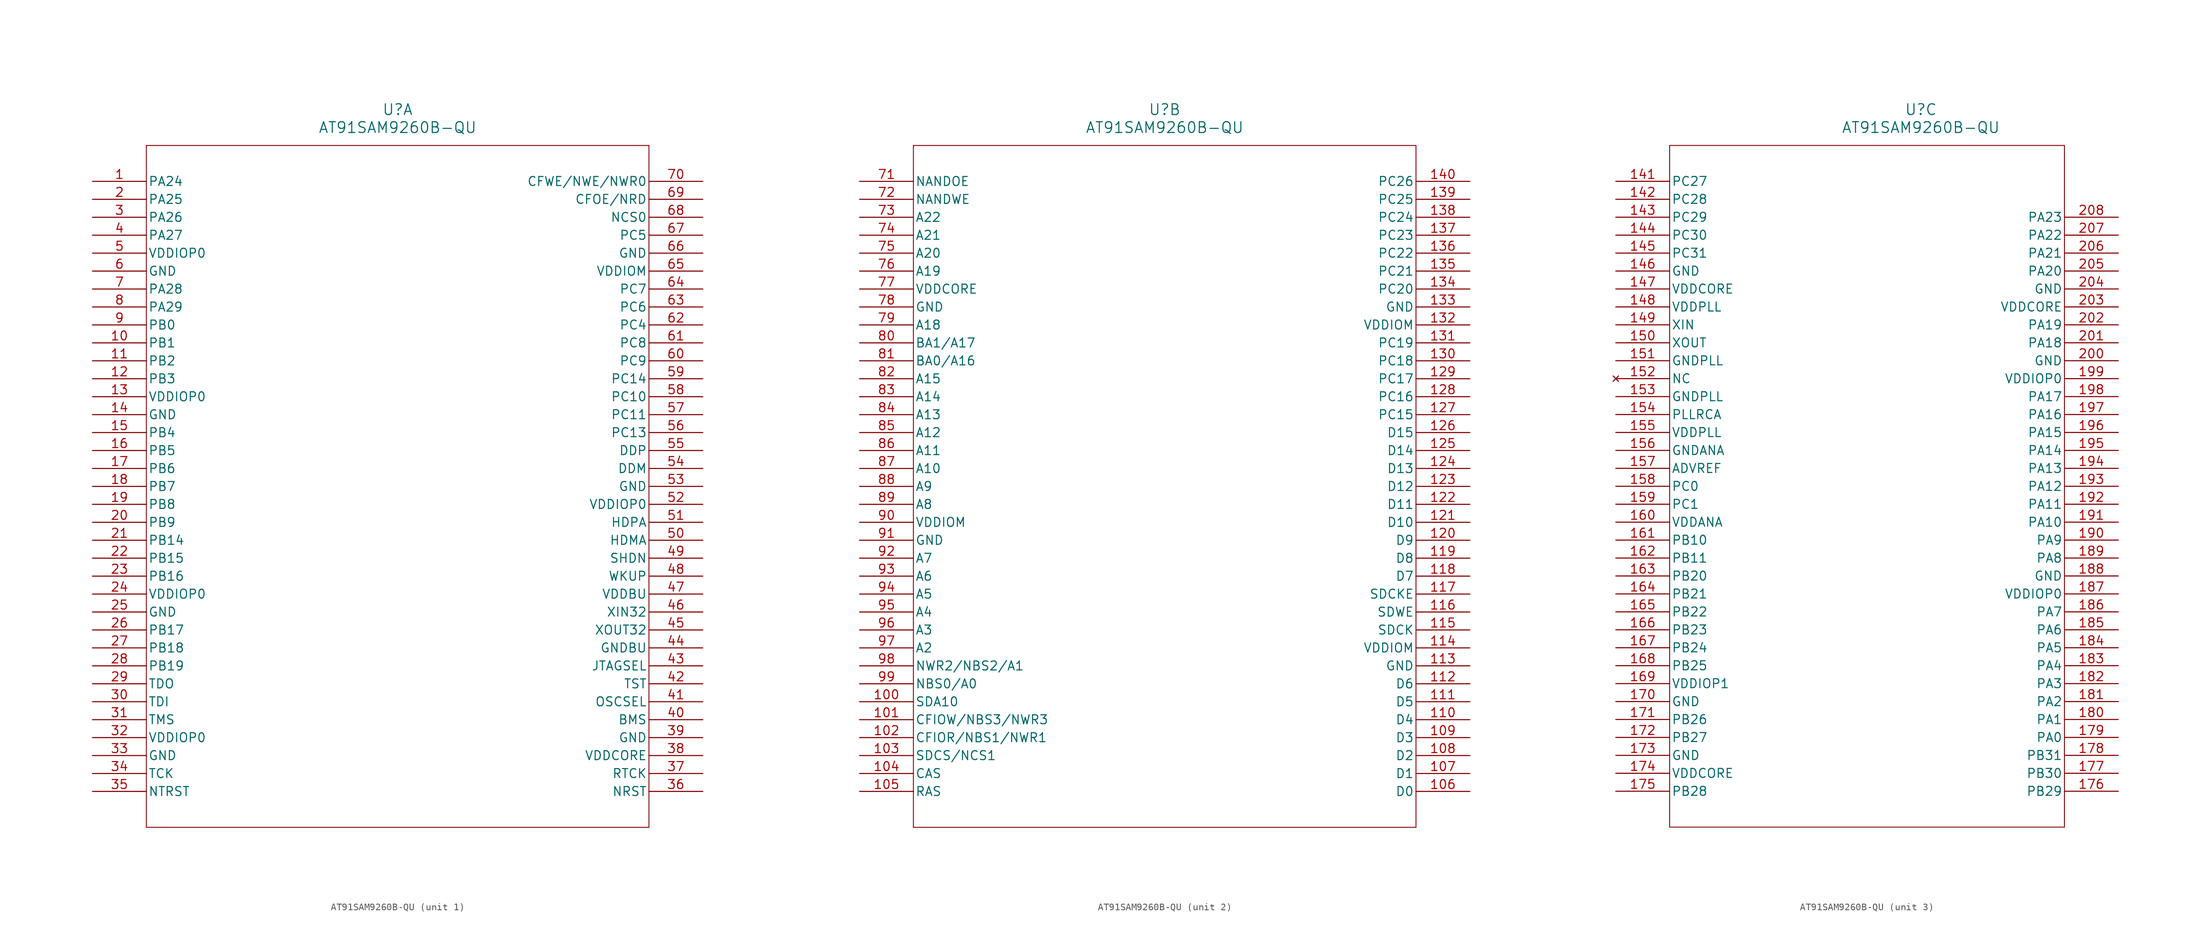
<source format=kicad_sym>
(kicad_symbol_lib
  (version 20211014)
  (generator kicad_symbol_editor)
  (symbol "AT91SAM9260B-QU"
    (pin_names
      (offset 0.254))
    (property "Reference" "U"
      (at 43.18 10.16 0)
      (effects (font (size 1.524 1.524))))
    (property "Value" "AT91SAM9260B-QU"
      (at 43.18 7.62 0)
      (effects (font (size 1.524 1.524))))
    (symbol "AT91SAM9260B-QU_1_1"
      (polyline (pts (xy 7.62 5.08) (xy 7.62 -91.44)) (stroke (width 0.127) (type default) (color 0 0 0 0)) (fill (type none)))
      (polyline (pts (xy 7.62 -91.44) (xy 78.74 -91.44)) (stroke (width 0.127) (type default) (color 0 0 0 0)) (fill (type none)))
      (polyline (pts (xy 78.74 -91.44) (xy 78.74 5.08)) (stroke (width 0.127) (type default) (color 0 0 0 0)) (fill (type none)))
      (polyline (pts (xy 78.74 5.08) (xy 7.62 5.08)) (stroke (width 0.127) (type default) (color 0 0 0 0)) (fill (type none)))
      (pin bidirectional line (at 0 0 0) (length 7.62) (name "PA24" (effects (font (size 1.27 1.27)))) (number "1" (effects (font (size 1.27 1.27)))))
      (pin bidirectional line (at 0 -2.54 0) (length 7.62) (name "PA25" (effects (font (size 1.27 1.27)))) (number "2" (effects (font (size 1.27 1.27)))))
      (pin bidirectional line (at 0 -5.08 0) (length 7.62) (name "PA26" (effects (font (size 1.27 1.27)))) (number "3" (effects (font (size 1.27 1.27)))))
      (pin bidirectional line (at 0 -7.62 0) (length 7.62) (name "PA27" (effects (font (size 1.27 1.27)))) (number "4" (effects (font (size 1.27 1.27)))))
      (pin power_in line (at 0 -10.16 0) (length 7.62) (name "VDDIOP0" (effects (font (size 1.27 1.27)))) (number "5" (effects (font (size 1.27 1.27)))))
      (pin power_in line (at 0 -12.7 0) (length 7.62) (name "GND" (effects (font (size 1.27 1.27)))) (number "6" (effects (font (size 1.27 1.27)))))
      (pin bidirectional line (at 0 -15.24 0) (length 7.62) (name "PA28" (effects (font (size 1.27 1.27)))) (number "7" (effects (font (size 1.27 1.27)))))
      (pin bidirectional line (at 0 -17.78 0) (length 7.62) (name "PA29" (effects (font (size 1.27 1.27)))) (number "8" (effects (font (size 1.27 1.27)))))
      (pin bidirectional line (at 0 -20.32 0) (length 7.62) (name "PB0" (effects (font (size 1.27 1.27)))) (number "9" (effects (font (size 1.27 1.27)))))
      (pin bidirectional line (at 0 -22.86 0) (length 7.62) (name "PB1" (effects (font (size 1.27 1.27)))) (number "10" (effects (font (size 1.27 1.27)))))
      (pin bidirectional line (at 0 -25.4 0) (length 7.62) (name "PB2" (effects (font (size 1.27 1.27)))) (number "11" (effects (font (size 1.27 1.27)))))
      (pin bidirectional line (at 0 -27.94 0) (length 7.62) (name "PB3" (effects (font (size 1.27 1.27)))) (number "12" (effects (font (size 1.27 1.27)))))
      (pin power_in line (at 0 -30.48 0) (length 7.62) (name "VDDIOP0" (effects (font (size 1.27 1.27)))) (number "13" (effects (font (size 1.27 1.27)))))
      (pin power_in line (at 0 -33.02 0) (length 7.62) (name "GND" (effects (font (size 1.27 1.27)))) (number "14" (effects (font (size 1.27 1.27)))))
      (pin bidirectional line (at 0 -35.56 0) (length 7.62) (name "PB4" (effects (font (size 1.27 1.27)))) (number "15" (effects (font (size 1.27 1.27)))))
      (pin bidirectional line (at 0 -38.1 0) (length 7.62) (name "PB5" (effects (font (size 1.27 1.27)))) (number "16" (effects (font (size 1.27 1.27)))))
      (pin bidirectional line (at 0 -40.64 0) (length 7.62) (name "PB6" (effects (font (size 1.27 1.27)))) (number "17" (effects (font (size 1.27 1.27)))))
      (pin bidirectional line (at 0 -43.18 0) (length 7.62) (name "PB7" (effects (font (size 1.27 1.27)))) (number "18" (effects (font (size 1.27 1.27)))))
      (pin bidirectional line (at 0 -45.72 0) (length 7.62) (name "PB8" (effects (font (size 1.27 1.27)))) (number "19" (effects (font (size 1.27 1.27)))))
      (pin bidirectional line (at 0 -48.26 0) (length 7.62) (name "PB9" (effects (font (size 1.27 1.27)))) (number "20" (effects (font (size 1.27 1.27)))))
      (pin bidirectional line (at 0 -50.8 0) (length 7.62) (name "PB14" (effects (font (size 1.27 1.27)))) (number "21" (effects (font (size 1.27 1.27)))))
      (pin bidirectional line (at 0 -53.34 0) (length 7.62) (name "PB15" (effects (font (size 1.27 1.27)))) (number "22" (effects (font (size 1.27 1.27)))))
      (pin bidirectional line (at 0 -55.88 0) (length 7.62) (name "PB16" (effects (font (size 1.27 1.27)))) (number "23" (effects (font (size 1.27 1.27)))))
      (pin power_in line (at 0 -58.42 0) (length 7.62) (name "VDDIOP0" (effects (font (size 1.27 1.27)))) (number "24" (effects (font (size 1.27 1.27)))))
      (pin power_in line (at 0 -60.96 0) (length 7.62) (name "GND" (effects (font (size 1.27 1.27)))) (number "25" (effects (font (size 1.27 1.27)))))
      (pin bidirectional line (at 0 -63.5 0) (length 7.62) (name "PB17" (effects (font (size 1.27 1.27)))) (number "26" (effects (font (size 1.27 1.27)))))
      (pin bidirectional line (at 0 -66.04 0) (length 7.62) (name "PB18" (effects (font (size 1.27 1.27)))) (number "27" (effects (font (size 1.27 1.27)))))
      (pin bidirectional line (at 0 -68.58 0) (length 7.62) (name "PB19" (effects (font (size 1.27 1.27)))) (number "28" (effects (font (size 1.27 1.27)))))
      (pin output line (at 0 -71.12 0) (length 7.62) (name "TDO" (effects (font (size 1.27 1.27)))) (number "29" (effects (font (size 1.27 1.27)))))
      (pin input line (at 0 -73.66 0) (length 7.62) (name "TDI" (effects (font (size 1.27 1.27)))) (number "30" (effects (font (size 1.27 1.27)))))
      (pin input line (at 0 -76.2 0) (length 7.62) (name "TMS" (effects (font (size 1.27 1.27)))) (number "31" (effects (font (size 1.27 1.27)))))
      (pin power_in line (at 0 -78.74 0) (length 7.62) (name "VDDIOP0" (effects (font (size 1.27 1.27)))) (number "32" (effects (font (size 1.27 1.27)))))
      (pin power_in line (at 0 -81.28 0) (length 7.62) (name "GND" (effects (font (size 1.27 1.27)))) (number "33" (effects (font (size 1.27 1.27)))))
      (pin input line (at 0 -83.82 0) (length 7.62) (name "TCK" (effects (font (size 1.27 1.27)))) (number "34" (effects (font (size 1.27 1.27)))))
      (pin input line (at 0 -86.36 0) (length 7.62) (name "NTRST" (effects (font (size 1.27 1.27)))) (number "35" (effects (font (size 1.27 1.27)))))
      (pin bidirectional line (at 86.36 -86.36 180) (length 7.62) (name "NRST" (effects (font (size 1.27 1.27)))) (number "36" (effects (font (size 1.27 1.27)))))
      (pin output line (at 86.36 -83.82 180) (length 7.62) (name "RTCK" (effects (font (size 1.27 1.27)))) (number "37" (effects (font (size 1.27 1.27)))))
      (pin power_in line (at 86.36 -81.28 180) (length 7.62) (name "VDDCORE" (effects (font (size 1.27 1.27)))) (number "38" (effects (font (size 1.27 1.27)))))
      (pin power_in line (at 86.36 -78.74 180) (length 7.62) (name "GND" (effects (font (size 1.27 1.27)))) (number "39" (effects (font (size 1.27 1.27)))))
      (pin input line (at 86.36 -76.2 180) (length 7.62) (name "BMS" (effects (font (size 1.27 1.27)))) (number "40" (effects (font (size 1.27 1.27)))))
      (pin input line (at 86.36 -73.66 180) (length 7.62) (name "OSCSEL" (effects (font (size 1.27 1.27)))) (number "41" (effects (font (size 1.27 1.27)))))
      (pin input line (at 86.36 -71.12 180) (length 7.62) (name "TST" (effects (font (size 1.27 1.27)))) (number "42" (effects (font (size 1.27 1.27)))))
      (pin input line (at 86.36 -68.58 180) (length 7.62) (name "JTAGSEL" (effects (font (size 1.27 1.27)))) (number "43" (effects (font (size 1.27 1.27)))))
      (pin power_in line (at 86.36 -66.04 180) (length 7.62) (name "GNDBU" (effects (font (size 1.27 1.27)))) (number "44" (effects (font (size 1.27 1.27)))))
      (pin output line (at 86.36 -63.5 180) (length 7.62) (name "XOUT32" (effects (font (size 1.27 1.27)))) (number "45" (effects (font (size 1.27 1.27)))))
      (pin input line (at 86.36 -60.96 180) (length 7.62) (name "XIN32" (effects (font (size 1.27 1.27)))) (number "46" (effects (font (size 1.27 1.27)))))
      (pin power_in line (at 86.36 -58.42 180) (length 7.62) (name "VDDBU" (effects (font (size 1.27 1.27)))) (number "47" (effects (font (size 1.27 1.27)))))
      (pin input line (at 86.36 -55.88 180) (length 7.62) (name "WKUP" (effects (font (size 1.27 1.27)))) (number "48" (effects (font (size 1.27 1.27)))))
      (pin output line (at 86.36 -53.34 180) (length 7.62) (name "SHDN" (effects (font (size 1.27 1.27)))) (number "49" (effects (font (size 1.27 1.27)))))
      (pin unspecified line (at 86.36 -50.8 180) (length 7.62) (name "HDMA" (effects (font (size 1.27 1.27)))) (number "50" (effects (font (size 1.27 1.27)))))
      (pin unspecified line (at 86.36 -48.26 180) (length 7.62) (name "HDPA" (effects (font (size 1.27 1.27)))) (number "51" (effects (font (size 1.27 1.27)))))
      (pin power_in line (at 86.36 -45.72 180) (length 7.62) (name "VDDIOP0" (effects (font (size 1.27 1.27)))) (number "52" (effects (font (size 1.27 1.27)))))
      (pin power_in line (at 86.36 -43.18 180) (length 7.62) (name "GND" (effects (font (size 1.27 1.27)))) (number "53" (effects (font (size 1.27 1.27)))))
      (pin unspecified line (at 86.36 -40.64 180) (length 7.62) (name "DDM" (effects (font (size 1.27 1.27)))) (number "54" (effects (font (size 1.27 1.27)))))
      (pin unspecified line (at 86.36 -38.1 180) (length 7.62) (name "DDP" (effects (font (size 1.27 1.27)))) (number "55" (effects (font (size 1.27 1.27)))))
      (pin bidirectional line (at 86.36 -35.56 180) (length 7.62) (name "PC13" (effects (font (size 1.27 1.27)))) (number "56" (effects (font (size 1.27 1.27)))))
      (pin bidirectional line (at 86.36 -33.02 180) (length 7.62) (name "PC11" (effects (font (size 1.27 1.27)))) (number "57" (effects (font (size 1.27 1.27)))))
      (pin bidirectional line (at 86.36 -30.48 180) (length 7.62) (name "PC10" (effects (font (size 1.27 1.27)))) (number "58" (effects (font (size 1.27 1.27)))))
      (pin bidirectional line (at 86.36 -27.94 180) (length 7.62) (name "PC14" (effects (font (size 1.27 1.27)))) (number "59" (effects (font (size 1.27 1.27)))))
      (pin bidirectional line (at 86.36 -25.4 180) (length 7.62) (name "PC9" (effects (font (size 1.27 1.27)))) (number "60" (effects (font (size 1.27 1.27)))))
      (pin bidirectional line (at 86.36 -22.86 180) (length 7.62) (name "PC8" (effects (font (size 1.27 1.27)))) (number "61" (effects (font (size 1.27 1.27)))))
      (pin bidirectional line (at 86.36 -20.32 180) (length 7.62) (name "PC4" (effects (font (size 1.27 1.27)))) (number "62" (effects (font (size 1.27 1.27)))))
      (pin bidirectional line (at 86.36 -17.78 180) (length 7.62) (name "PC6" (effects (font (size 1.27 1.27)))) (number "63" (effects (font (size 1.27 1.27)))))
      (pin bidirectional line (at 86.36 -15.24 180) (length 7.62) (name "PC7" (effects (font (size 1.27 1.27)))) (number "64" (effects (font (size 1.27 1.27)))))
      (pin power_in line (at 86.36 -12.7 180) (length 7.62) (name "VDDIOM" (effects (font (size 1.27 1.27)))) (number "65" (effects (font (size 1.27 1.27)))))
      (pin power_in line (at 86.36 -10.16 180) (length 7.62) (name "GND" (effects (font (size 1.27 1.27)))) (number "66" (effects (font (size 1.27 1.27)))))
      (pin bidirectional line (at 86.36 -7.62 180) (length 7.62) (name "PC5" (effects (font (size 1.27 1.27)))) (number "67" (effects (font (size 1.27 1.27)))))
      (pin output line (at 86.36 -5.08 180) (length 7.62) (name "NCS0" (effects (font (size 1.27 1.27)))) (number "68" (effects (font (size 1.27 1.27)))))
      (pin output line (at 86.36 -2.54 180) (length 7.62) (name "CFOE/NRD" (effects (font (size 1.27 1.27)))) (number "69" (effects (font (size 1.27 1.27)))))
      (pin output line (at 86.36 0 180) (length 7.62) (name "CFWE/NWE/NWR0" (effects (font (size 1.27 1.27)))) (number "70" (effects (font (size 1.27 1.27))))))
    (symbol "AT91SAM9260B-QU_2_1"
      (polyline (pts (xy 7.62 5.08) (xy 7.62 -91.44)) (stroke (width 0.127) (type default) (color 0 0 0 0)) (fill (type none)))
      (polyline (pts (xy 7.62 -91.44) (xy 78.74 -91.44)) (stroke (width 0.127) (type default) (color 0 0 0 0)) (fill (type none)))
      (polyline (pts (xy 78.74 -91.44) (xy 78.74 5.08)) (stroke (width 0.127) (type default) (color 0 0 0 0)) (fill (type none)))
      (polyline (pts (xy 78.74 5.08) (xy 7.62 5.08)) (stroke (width 0.127) (type default) (color 0 0 0 0)) (fill (type none)))
      (pin output line (at 0 0 0) (length 7.62) (name "NANDOE" (effects (font (size 1.27 1.27)))) (number "71" (effects (font (size 1.27 1.27)))))
      (pin output line (at 0 -2.54 0) (length 7.62) (name "NANDWE" (effects (font (size 1.27 1.27)))) (number "72" (effects (font (size 1.27 1.27)))))
      (pin output line (at 0 -5.08 0) (length 7.62) (name "A22" (effects (font (size 1.27 1.27)))) (number "73" (effects (font (size 1.27 1.27)))))
      (pin output line (at 0 -7.62 0) (length 7.62) (name "A21" (effects (font (size 1.27 1.27)))) (number "74" (effects (font (size 1.27 1.27)))))
      (pin output line (at 0 -10.16 0) (length 7.62) (name "A20" (effects (font (size 1.27 1.27)))) (number "75" (effects (font (size 1.27 1.27)))))
      (pin output line (at 0 -12.7 0) (length 7.62) (name "A19" (effects (font (size 1.27 1.27)))) (number "76" (effects (font (size 1.27 1.27)))))
      (pin power_in line (at 0 -15.24 0) (length 7.62) (name "VDDCORE" (effects (font (size 1.27 1.27)))) (number "77" (effects (font (size 1.27 1.27)))))
      (pin power_in line (at 0 -17.78 0) (length 7.62) (name "GND" (effects (font (size 1.27 1.27)))) (number "78" (effects (font (size 1.27 1.27)))))
      (pin output line (at 0 -20.32 0) (length 7.62) (name "A18" (effects (font (size 1.27 1.27)))) (number "79" (effects (font (size 1.27 1.27)))))
      (pin output line (at 0 -22.86 0) (length 7.62) (name "BA1/A17" (effects (font (size 1.27 1.27)))) (number "80" (effects (font (size 1.27 1.27)))))
      (pin output line (at 0 -25.4 0) (length 7.62) (name "BA0/A16" (effects (font (size 1.27 1.27)))) (number "81" (effects (font (size 1.27 1.27)))))
      (pin output line (at 0 -27.94 0) (length 7.62) (name "A15" (effects (font (size 1.27 1.27)))) (number "82" (effects (font (size 1.27 1.27)))))
      (pin output line (at 0 -30.48 0) (length 7.62) (name "A14" (effects (font (size 1.27 1.27)))) (number "83" (effects (font (size 1.27 1.27)))))
      (pin output line (at 0 -33.02 0) (length 7.62) (name "A13" (effects (font (size 1.27 1.27)))) (number "84" (effects (font (size 1.27 1.27)))))
      (pin output line (at 0 -35.56 0) (length 7.62) (name "A12" (effects (font (size 1.27 1.27)))) (number "85" (effects (font (size 1.27 1.27)))))
      (pin output line (at 0 -38.1 0) (length 7.62) (name "A11" (effects (font (size 1.27 1.27)))) (number "86" (effects (font (size 1.27 1.27)))))
      (pin output line (at 0 -40.64 0) (length 7.62) (name "A10" (effects (font (size 1.27 1.27)))) (number "87" (effects (font (size 1.27 1.27)))))
      (pin output line (at 0 -43.18 0) (length 7.62) (name "A9" (effects (font (size 1.27 1.27)))) (number "88" (effects (font (size 1.27 1.27)))))
      (pin output line (at 0 -45.72 0) (length 7.62) (name "A8" (effects (font (size 1.27 1.27)))) (number "89" (effects (font (size 1.27 1.27)))))
      (pin power_in line (at 0 -48.26 0) (length 7.62) (name "VDDIOM" (effects (font (size 1.27 1.27)))) (number "90" (effects (font (size 1.27 1.27)))))
      (pin power_in line (at 0 -50.8 0) (length 7.62) (name "GND" (effects (font (size 1.27 1.27)))) (number "91" (effects (font (size 1.27 1.27)))))
      (pin output line (at 0 -53.34 0) (length 7.62) (name "A7" (effects (font (size 1.27 1.27)))) (number "92" (effects (font (size 1.27 1.27)))))
      (pin output line (at 0 -55.88 0) (length 7.62) (name "A6" (effects (font (size 1.27 1.27)))) (number "93" (effects (font (size 1.27 1.27)))))
      (pin output line (at 0 -58.42 0) (length 7.62) (name "A5" (effects (font (size 1.27 1.27)))) (number "94" (effects (font (size 1.27 1.27)))))
      (pin output line (at 0 -60.96 0) (length 7.62) (name "A4" (effects (font (size 1.27 1.27)))) (number "95" (effects (font (size 1.27 1.27)))))
      (pin output line (at 0 -63.5 0) (length 7.62) (name "A3" (effects (font (size 1.27 1.27)))) (number "96" (effects (font (size 1.27 1.27)))))
      (pin output line (at 0 -66.04 0) (length 7.62) (name "A2" (effects (font (size 1.27 1.27)))) (number "97" (effects (font (size 1.27 1.27)))))
      (pin output line (at 0 -68.58 0) (length 7.62) (name "NWR2/NBS2/A1" (effects (font (size 1.27 1.27)))) (number "98" (effects (font (size 1.27 1.27)))))
      (pin output line (at 0 -71.12 0) (length 7.62) (name "NBS0/A0" (effects (font (size 1.27 1.27)))) (number "99" (effects (font (size 1.27 1.27)))))
      (pin output line (at 0 -73.66 0) (length 7.62) (name "SDA10" (effects (font (size 1.27 1.27)))) (number "100" (effects (font (size 1.27 1.27)))))
      (pin output line (at 0 -76.2 0) (length 7.62) (name "CFIOW/NBS3/NWR3" (effects (font (size 1.27 1.27)))) (number "101" (effects (font (size 1.27 1.27)))))
      (pin output line (at 0 -78.74 0) (length 7.62) (name "CFIOR/NBS1/NWR1" (effects (font (size 1.27 1.27)))) (number "102" (effects (font (size 1.27 1.27)))))
      (pin output line (at 0 -81.28 0) (length 7.62) (name "SDCS/NCS1" (effects (font (size 1.27 1.27)))) (number "103" (effects (font (size 1.27 1.27)))))
      (pin output line (at 0 -83.82 0) (length 7.62) (name "CAS" (effects (font (size 1.27 1.27)))) (number "104" (effects (font (size 1.27 1.27)))))
      (pin output line (at 0 -86.36 0) (length 7.62) (name "RAS" (effects (font (size 1.27 1.27)))) (number "105" (effects (font (size 1.27 1.27)))))
      (pin bidirectional line (at 86.36 -86.36 180) (length 7.62) (name "D0" (effects (font (size 1.27 1.27)))) (number "106" (effects (font (size 1.27 1.27)))))
      (pin bidirectional line (at 86.36 -83.82 180) (length 7.62) (name "D1" (effects (font (size 1.27 1.27)))) (number "107" (effects (font (size 1.27 1.27)))))
      (pin bidirectional line (at 86.36 -81.28 180) (length 7.62) (name "D2" (effects (font (size 1.27 1.27)))) (number "108" (effects (font (size 1.27 1.27)))))
      (pin bidirectional line (at 86.36 -78.74 180) (length 7.62) (name "D3" (effects (font (size 1.27 1.27)))) (number "109" (effects (font (size 1.27 1.27)))))
      (pin bidirectional line (at 86.36 -76.2 180) (length 7.62) (name "D4" (effects (font (size 1.27 1.27)))) (number "110" (effects (font (size 1.27 1.27)))))
      (pin bidirectional line (at 86.36 -73.66 180) (length 7.62) (name "D5" (effects (font (size 1.27 1.27)))) (number "111" (effects (font (size 1.27 1.27)))))
      (pin bidirectional line (at 86.36 -71.12 180) (length 7.62) (name "D6" (effects (font (size 1.27 1.27)))) (number "112" (effects (font (size 1.27 1.27)))))
      (pin power_in line (at 86.36 -68.58 180) (length 7.62) (name "GND" (effects (font (size 1.27 1.27)))) (number "113" (effects (font (size 1.27 1.27)))))
      (pin power_in line (at 86.36 -66.04 180) (length 7.62) (name "VDDIOM" (effects (font (size 1.27 1.27)))) (number "114" (effects (font (size 1.27 1.27)))))
      (pin output line (at 86.36 -63.5 180) (length 7.62) (name "SDCK" (effects (font (size 1.27 1.27)))) (number "115" (effects (font (size 1.27 1.27)))))
      (pin output line (at 86.36 -60.96 180) (length 7.62) (name "SDWE" (effects (font (size 1.27 1.27)))) (number "116" (effects (font (size 1.27 1.27)))))
      (pin output line (at 86.36 -58.42 180) (length 7.62) (name "SDCKE" (effects (font (size 1.27 1.27)))) (number "117" (effects (font (size 1.27 1.27)))))
      (pin bidirectional line (at 86.36 -55.88 180) (length 7.62) (name "D7" (effects (font (size 1.27 1.27)))) (number "118" (effects (font (size 1.27 1.27)))))
      (pin bidirectional line (at 86.36 -53.34 180) (length 7.62) (name "D8" (effects (font (size 1.27 1.27)))) (number "119" (effects (font (size 1.27 1.27)))))
      (pin bidirectional line (at 86.36 -50.8 180) (length 7.62) (name "D9" (effects (font (size 1.27 1.27)))) (number "120" (effects (font (size 1.27 1.27)))))
      (pin bidirectional line (at 86.36 -48.26 180) (length 7.62) (name "D10" (effects (font (size 1.27 1.27)))) (number "121" (effects (font (size 1.27 1.27)))))
      (pin bidirectional line (at 86.36 -45.72 180) (length 7.62) (name "D11" (effects (font (size 1.27 1.27)))) (number "122" (effects (font (size 1.27 1.27)))))
      (pin bidirectional line (at 86.36 -43.18 180) (length 7.62) (name "D12" (effects (font (size 1.27 1.27)))) (number "123" (effects (font (size 1.27 1.27)))))
      (pin bidirectional line (at 86.36 -40.64 180) (length 7.62) (name "D13" (effects (font (size 1.27 1.27)))) (number "124" (effects (font (size 1.27 1.27)))))
      (pin bidirectional line (at 86.36 -38.1 180) (length 7.62) (name "D14" (effects (font (size 1.27 1.27)))) (number "125" (effects (font (size 1.27 1.27)))))
      (pin bidirectional line (at 86.36 -35.56 180) (length 7.62) (name "D15" (effects (font (size 1.27 1.27)))) (number "126" (effects (font (size 1.27 1.27)))))
      (pin bidirectional line (at 86.36 -33.02 180) (length 7.62) (name "PC15" (effects (font (size 1.27 1.27)))) (number "127" (effects (font (size 1.27 1.27)))))
      (pin bidirectional line (at 86.36 -30.48 180) (length 7.62) (name "PC16" (effects (font (size 1.27 1.27)))) (number "128" (effects (font (size 1.27 1.27)))))
      (pin bidirectional line (at 86.36 -27.94 180) (length 7.62) (name "PC17" (effects (font (size 1.27 1.27)))) (number "129" (effects (font (size 1.27 1.27)))))
      (pin bidirectional line (at 86.36 -25.4 180) (length 7.62) (name "PC18" (effects (font (size 1.27 1.27)))) (number "130" (effects (font (size 1.27 1.27)))))
      (pin bidirectional line (at 86.36 -22.86 180) (length 7.62) (name "PC19" (effects (font (size 1.27 1.27)))) (number "131" (effects (font (size 1.27 1.27)))))
      (pin power_in line (at 86.36 -20.32 180) (length 7.62) (name "VDDIOM" (effects (font (size 1.27 1.27)))) (number "132" (effects (font (size 1.27 1.27)))))
      (pin power_in line (at 86.36 -17.78 180) (length 7.62) (name "GND" (effects (font (size 1.27 1.27)))) (number "133" (effects (font (size 1.27 1.27)))))
      (pin bidirectional line (at 86.36 -15.24 180) (length 7.62) (name "PC20" (effects (font (size 1.27 1.27)))) (number "134" (effects (font (size 1.27 1.27)))))
      (pin bidirectional line (at 86.36 -12.7 180) (length 7.62) (name "PC21" (effects (font (size 1.27 1.27)))) (number "135" (effects (font (size 1.27 1.27)))))
      (pin bidirectional line (at 86.36 -10.16 180) (length 7.62) (name "PC22" (effects (font (size 1.27 1.27)))) (number "136" (effects (font (size 1.27 1.27)))))
      (pin bidirectional line (at 86.36 -7.62 180) (length 7.62) (name "PC23" (effects (font (size 1.27 1.27)))) (number "137" (effects (font (size 1.27 1.27)))))
      (pin bidirectional line (at 86.36 -5.08 180) (length 7.62) (name "PC24" (effects (font (size 1.27 1.27)))) (number "138" (effects (font (size 1.27 1.27)))))
      (pin bidirectional line (at 86.36 -2.54 180) (length 7.62) (name "PC25" (effects (font (size 1.27 1.27)))) (number "139" (effects (font (size 1.27 1.27)))))
      (pin bidirectional line (at 86.36 0 180) (length 7.62) (name "PC26" (effects (font (size 1.27 1.27)))) (number "140" (effects (font (size 1.27 1.27))))))
    (symbol "AT91SAM9260B-QU_3_1"
      (polyline (pts (xy 7.62 5.08) (xy 7.62 -91.44)) (stroke (width 0.127) (type default) (color 0 0 0 0)) (fill (type none)))
      (polyline (pts (xy 7.62 -91.44) (xy 63.5 -91.44)) (stroke (width 0.127) (type default) (color 0 0 0 0)) (fill (type none)))
      (polyline (pts (xy 63.5 -91.44) (xy 63.5 5.08)) (stroke (width 0.127) (type default) (color 0 0 0 0)) (fill (type none)))
      (polyline (pts (xy 63.5 5.08) (xy 7.62 5.08)) (stroke (width 0.127) (type default) (color 0 0 0 0)) (fill (type none)))
      (pin bidirectional line (at 0 0 0) (length 7.62) (name "PC27" (effects (font (size 1.27 1.27)))) (number "141" (effects (font (size 1.27 1.27)))))
      (pin bidirectional line (at 0 -2.54 0) (length 7.62) (name "PC28" (effects (font (size 1.27 1.27)))) (number "142" (effects (font (size 1.27 1.27)))))
      (pin bidirectional line (at 0 -5.08 0) (length 7.62) (name "PC29" (effects (font (size 1.27 1.27)))) (number "143" (effects (font (size 1.27 1.27)))))
      (pin bidirectional line (at 0 -7.62 0) (length 7.62) (name "PC30" (effects (font (size 1.27 1.27)))) (number "144" (effects (font (size 1.27 1.27)))))
      (pin bidirectional line (at 0 -10.16 0) (length 7.62) (name "PC31" (effects (font (size 1.27 1.27)))) (number "145" (effects (font (size 1.27 1.27)))))
      (pin power_in line (at 0 -12.7 0) (length 7.62) (name "GND" (effects (font (size 1.27 1.27)))) (number "146" (effects (font (size 1.27 1.27)))))
      (pin power_in line (at 0 -15.24 0) (length 7.62) (name "VDDCORE" (effects (font (size 1.27 1.27)))) (number "147" (effects (font (size 1.27 1.27)))))
      (pin power_in line (at 0 -17.78 0) (length 7.62) (name "VDDPLL" (effects (font (size 1.27 1.27)))) (number "148" (effects (font (size 1.27 1.27)))))
      (pin input line (at 0 -20.32 0) (length 7.62) (name "XIN" (effects (font (size 1.27 1.27)))) (number "149" (effects (font (size 1.27 1.27)))))
      (pin output line (at 0 -22.86 0) (length 7.62) (name "XOUT" (effects (font (size 1.27 1.27)))) (number "150" (effects (font (size 1.27 1.27)))))
      (pin power_in line (at 0 -25.4 0) (length 7.62) (name "GNDPLL" (effects (font (size 1.27 1.27)))) (number "151" (effects (font (size 1.27 1.27)))))
      (pin no_connect line (at 0 -27.94 0) (length 7.62) (name "NC" (effects (font (size 1.27 1.27)))) (number "152" (effects (font (size 1.27 1.27)))))
      (pin power_in line (at 0 -30.48 0) (length 7.62) (name "GNDPLL" (effects (font (size 1.27 1.27)))) (number "153" (effects (font (size 1.27 1.27)))))
      (pin input line (at 0 -33.02 0) (length 7.62) (name "PLLRCA" (effects (font (size 1.27 1.27)))) (number "154" (effects (font (size 1.27 1.27)))))
      (pin power_in line (at 0 -35.56 0) (length 7.62) (name "VDDPLL" (effects (font (size 1.27 1.27)))) (number "155" (effects (font (size 1.27 1.27)))))
      (pin power_in line (at 0 -38.1 0) (length 7.62) (name "GNDANA" (effects (font (size 1.27 1.27)))) (number "156" (effects (font (size 1.27 1.27)))))
      (pin unspecified line (at 0 -40.64 0) (length 7.62) (name "ADVREF" (effects (font (size 1.27 1.27)))) (number "157" (effects (font (size 1.27 1.27)))))
      (pin bidirectional line (at 0 -43.18 0) (length 7.62) (name "PC0" (effects (font (size 1.27 1.27)))) (number "158" (effects (font (size 1.27 1.27)))))
      (pin bidirectional line (at 0 -45.72 0) (length 7.62) (name "PC1" (effects (font (size 1.27 1.27)))) (number "159" (effects (font (size 1.27 1.27)))))
      (pin power_in line (at 0 -48.26 0) (length 7.62) (name "VDDANA" (effects (font (size 1.27 1.27)))) (number "160" (effects (font (size 1.27 1.27)))))
      (pin bidirectional line (at 0 -50.8 0) (length 7.62) (name "PB10" (effects (font (size 1.27 1.27)))) (number "161" (effects (font (size 1.27 1.27)))))
      (pin bidirectional line (at 0 -53.34 0) (length 7.62) (name "PB11" (effects (font (size 1.27 1.27)))) (number "162" (effects (font (size 1.27 1.27)))))
      (pin bidirectional line (at 0 -55.88 0) (length 7.62) (name "PB20" (effects (font (size 1.27 1.27)))) (number "163" (effects (font (size 1.27 1.27)))))
      (pin bidirectional line (at 0 -58.42 0) (length 7.62) (name "PB21" (effects (font (size 1.27 1.27)))) (number "164" (effects (font (size 1.27 1.27)))))
      (pin bidirectional line (at 0 -60.96 0) (length 7.62) (name "PB22" (effects (font (size 1.27 1.27)))) (number "165" (effects (font (size 1.27 1.27)))))
      (pin bidirectional line (at 0 -63.5 0) (length 7.62) (name "PB23" (effects (font (size 1.27 1.27)))) (number "166" (effects (font (size 1.27 1.27)))))
      (pin bidirectional line (at 0 -66.04 0) (length 7.62) (name "PB24" (effects (font (size 1.27 1.27)))) (number "167" (effects (font (size 1.27 1.27)))))
      (pin bidirectional line (at 0 -68.58 0) (length 7.62) (name "PB25" (effects (font (size 1.27 1.27)))) (number "168" (effects (font (size 1.27 1.27)))))
      (pin power_in line (at 0 -71.12 0) (length 7.62) (name "VDDIOP1" (effects (font (size 1.27 1.27)))) (number "169" (effects (font (size 1.27 1.27)))))
      (pin power_in line (at 0 -73.66 0) (length 7.62) (name "GND" (effects (font (size 1.27 1.27)))) (number "170" (effects (font (size 1.27 1.27)))))
      (pin bidirectional line (at 0 -76.2 0) (length 7.62) (name "PB26" (effects (font (size 1.27 1.27)))) (number "171" (effects (font (size 1.27 1.27)))))
      (pin bidirectional line (at 0 -78.74 0) (length 7.62) (name "PB27" (effects (font (size 1.27 1.27)))) (number "172" (effects (font (size 1.27 1.27)))))
      (pin power_in line (at 0 -81.28 0) (length 7.62) (name "GND" (effects (font (size 1.27 1.27)))) (number "173" (effects (font (size 1.27 1.27)))))
      (pin power_in line (at 0 -83.82 0) (length 7.62) (name "VDDCORE" (effects (font (size 1.27 1.27)))) (number "174" (effects (font (size 1.27 1.27)))))
      (pin bidirectional line (at 0 -86.36 0) (length 7.62) (name "PB28" (effects (font (size 1.27 1.27)))) (number "175" (effects (font (size 1.27 1.27)))))
      (pin bidirectional line (at 71.12 -86.36 180) (length 7.62) (name "PB29" (effects (font (size 1.27 1.27)))) (number "176" (effects (font (size 1.27 1.27)))))
      (pin bidirectional line (at 71.12 -83.82 180) (length 7.62) (name "PB30" (effects (font (size 1.27 1.27)))) (number "177" (effects (font (size 1.27 1.27)))))
      (pin bidirectional line (at 71.12 -81.28 180) (length 7.62) (name "PB31" (effects (font (size 1.27 1.27)))) (number "178" (effects (font (size 1.27 1.27)))))
      (pin bidirectional line (at 71.12 -78.74 180) (length 7.62) (name "PA0" (effects (font (size 1.27 1.27)))) (number "179" (effects (font (size 1.27 1.27)))))
      (pin bidirectional line (at 71.12 -76.2 180) (length 7.62) (name "PA1" (effects (font (size 1.27 1.27)))) (number "180" (effects (font (size 1.27 1.27)))))
      (pin bidirectional line (at 71.12 -73.66 180) (length 7.62) (name "PA2" (effects (font (size 1.27 1.27)))) (number "181" (effects (font (size 1.27 1.27)))))
      (pin bidirectional line (at 71.12 -71.12 180) (length 7.62) (name "PA3" (effects (font (size 1.27 1.27)))) (number "182" (effects (font (size 1.27 1.27)))))
      (pin bidirectional line (at 71.12 -68.58 180) (length 7.62) (name "PA4" (effects (font (size 1.27 1.27)))) (number "183" (effects (font (size 1.27 1.27)))))
      (pin bidirectional line (at 71.12 -66.04 180) (length 7.62) (name "PA5" (effects (font (size 1.27 1.27)))) (number "184" (effects (font (size 1.27 1.27)))))
      (pin bidirectional line (at 71.12 -63.5 180) (length 7.62) (name "PA6" (effects (font (size 1.27 1.27)))) (number "185" (effects (font (size 1.27 1.27)))))
      (pin bidirectional line (at 71.12 -60.96 180) (length 7.62) (name "PA7" (effects (font (size 1.27 1.27)))) (number "186" (effects (font (size 1.27 1.27)))))
      (pin power_in line (at 71.12 -58.42 180) (length 7.62) (name "VDDIOP0" (effects (font (size 1.27 1.27)))) (number "187" (effects (font (size 1.27 1.27)))))
      (pin power_in line (at 71.12 -55.88 180) (length 7.62) (name "GND" (effects (font (size 1.27 1.27)))) (number "188" (effects (font (size 1.27 1.27)))))
      (pin bidirectional line (at 71.12 -53.34 180) (length 7.62) (name "PA8" (effects (font (size 1.27 1.27)))) (number "189" (effects (font (size 1.27 1.27)))))
      (pin bidirectional line (at 71.12 -50.8 180) (length 7.62) (name "PA9" (effects (font (size 1.27 1.27)))) (number "190" (effects (font (size 1.27 1.27)))))
      (pin bidirectional line (at 71.12 -48.26 180) (length 7.62) (name "PA10" (effects (font (size 1.27 1.27)))) (number "191" (effects (font (size 1.27 1.27)))))
      (pin bidirectional line (at 71.12 -45.72 180) (length 7.62) (name "PA11" (effects (font (size 1.27 1.27)))) (number "192" (effects (font (size 1.27 1.27)))))
      (pin bidirectional line (at 71.12 -43.18 180) (length 7.62) (name "PA12" (effects (font (size 1.27 1.27)))) (number "193" (effects (font (size 1.27 1.27)))))
      (pin bidirectional line (at 71.12 -40.64 180) (length 7.62) (name "PA13" (effects (font (size 1.27 1.27)))) (number "194" (effects (font (size 1.27 1.27)))))
      (pin bidirectional line (at 71.12 -38.1 180) (length 7.62) (name "PA14" (effects (font (size 1.27 1.27)))) (number "195" (effects (font (size 1.27 1.27)))))
      (pin bidirectional line (at 71.12 -35.56 180) (length 7.62) (name "PA15" (effects (font (size 1.27 1.27)))) (number "196" (effects (font (size 1.27 1.27)))))
      (pin bidirectional line (at 71.12 -33.02 180) (length 7.62) (name "PA16" (effects (font (size 1.27 1.27)))) (number "197" (effects (font (size 1.27 1.27)))))
      (pin bidirectional line (at 71.12 -30.48 180) (length 7.62) (name "PA17" (effects (font (size 1.27 1.27)))) (number "198" (effects (font (size 1.27 1.27)))))
      (pin power_in line (at 71.12 -27.94 180) (length 7.62) (name "VDDIOP0" (effects (font (size 1.27 1.27)))) (number "199" (effects (font (size 1.27 1.27)))))
      (pin power_in line (at 71.12 -25.4 180) (length 7.62) (name "GND" (effects (font (size 1.27 1.27)))) (number "200" (effects (font (size 1.27 1.27)))))
      (pin bidirectional line (at 71.12 -22.86 180) (length 7.62) (name "PA18" (effects (font (size 1.27 1.27)))) (number "201" (effects (font (size 1.27 1.27)))))
      (pin bidirectional line (at 71.12 -20.32 180) (length 7.62) (name "PA19" (effects (font (size 1.27 1.27)))) (number "202" (effects (font (size 1.27 1.27)))))
      (pin power_in line (at 71.12 -17.78 180) (length 7.62) (name "VDDCORE" (effects (font (size 1.27 1.27)))) (number "203" (effects (font (size 1.27 1.27)))))
      (pin power_in line (at 71.12 -15.24 180) (length 7.62) (name "GND" (effects (font (size 1.27 1.27)))) (number "204" (effects (font (size 1.27 1.27)))))
      (pin bidirectional line (at 71.12 -12.7 180) (length 7.62) (name "PA20" (effects (font (size 1.27 1.27)))) (number "205" (effects (font (size 1.27 1.27)))))
      (pin bidirectional line (at 71.12 -10.16 180) (length 7.62) (name "PA21" (effects (font (size 1.27 1.27)))) (number "206" (effects (font (size 1.27 1.27)))))
      (pin bidirectional line (at 71.12 -7.62 180) (length 7.62) (name "PA22" (effects (font (size 1.27 1.27)))) (number "207" (effects (font (size 1.27 1.27)))))
      (pin bidirectional line (at 71.12 -5.08 180) (length 7.62) (name "PA23" (effects (font (size 1.27 1.27)))) (number "208" (effects (font (size 1.27 1.27))))))))
</source>
